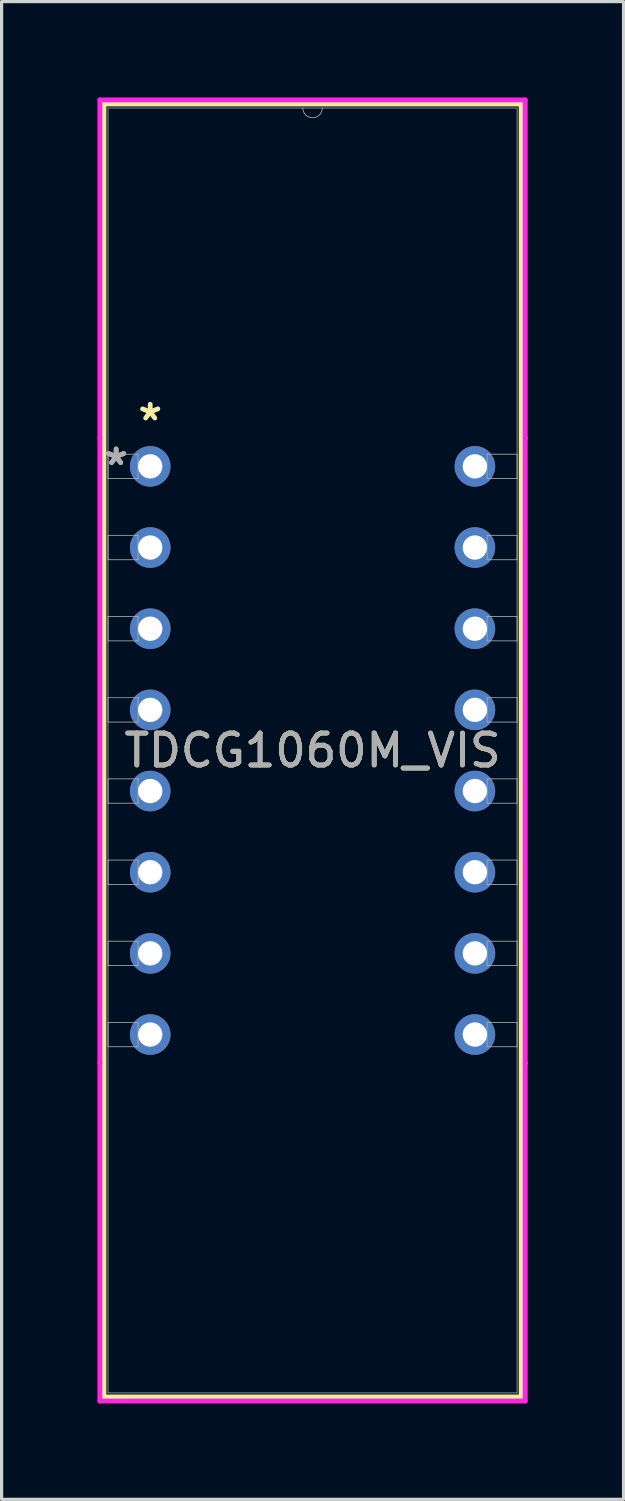
<source format=kicad_pcb>
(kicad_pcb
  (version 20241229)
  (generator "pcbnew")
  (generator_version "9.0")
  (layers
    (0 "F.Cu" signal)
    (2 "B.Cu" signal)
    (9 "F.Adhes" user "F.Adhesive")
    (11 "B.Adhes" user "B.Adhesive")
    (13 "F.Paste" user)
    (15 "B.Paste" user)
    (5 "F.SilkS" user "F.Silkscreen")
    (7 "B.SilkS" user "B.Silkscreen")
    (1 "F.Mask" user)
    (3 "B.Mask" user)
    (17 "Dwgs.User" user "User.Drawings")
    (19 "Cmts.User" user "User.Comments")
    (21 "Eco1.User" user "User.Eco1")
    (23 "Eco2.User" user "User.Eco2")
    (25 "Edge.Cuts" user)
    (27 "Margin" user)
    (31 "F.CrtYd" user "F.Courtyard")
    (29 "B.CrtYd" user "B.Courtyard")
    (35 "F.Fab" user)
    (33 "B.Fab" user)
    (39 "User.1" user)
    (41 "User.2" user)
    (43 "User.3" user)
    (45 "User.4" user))
  (footprint "TDCG1060M_VIS"
    (layer "F.Cu")
    (at 1.651 11.544)
    (property "Reference" "TDCG1060M_VIS" (at 5.08 8.89 0) (unlocked yes) (layer "F.SilkS") (effects (font (size 1 1) (thickness 0.15))))
    (attr through_hole)
    (fp_line (start -1.448 -11.341) (end -1.448 29.121) (stroke (width 0.152) (type solid)) (layer "F.SilkS"))
    (fp_line (start -1.448 29.121) (end 11.608 29.121) (stroke (width 0.152) (type solid)) (layer "F.SilkS"))
    (fp_line (start 11.608 -11.341) (end -1.448 -11.341) (stroke (width 0.152) (type solid)) (layer "F.SilkS"))
    (fp_line (start 11.608 29.121) (end 11.608 -11.341) (stroke (width 0.152) (type solid)) (layer "F.SilkS"))
    (fp_line (start -1.575 -11.468) (end 11.735 -11.468) (stroke (width 0.152) (type solid)) (layer "F.CrtYd"))
    (fp_line (start -1.575 -0.889) (end -1.575 -11.468) (stroke (width 0.152) (type solid)) (layer "F.CrtYd"))
    (fp_line (start -1.575 -0.889) (end -1.575 -0.889) (stroke (width 0.152) (type solid)) (layer "F.CrtYd"))
    (fp_line (start -1.575 18.669) (end -1.575 -0.889) (stroke (width 0.152) (type solid)) (layer "F.CrtYd"))
    (fp_line (start -1.575 18.669) (end -1.575 18.669) (stroke (width 0.152) (type solid)) (layer "F.CrtYd"))
    (fp_line (start -1.575 29.248) (end -1.575 18.669) (stroke (width 0.152) (type solid)) (layer "F.CrtYd"))
    (fp_line (start 11.735 -11.468) (end 11.735 -0.889) (stroke (width 0.152) (type solid)) (layer "F.CrtYd"))
    (fp_line (start 11.735 -0.889) (end 11.735 -0.889) (stroke (width 0.152) (type solid)) (layer "F.CrtYd"))
    (fp_line (start 11.735 -0.889) (end 11.735 18.669) (stroke (width 0.152) (type solid)) (layer "F.CrtYd"))
    (fp_line (start 11.735 18.669) (end 11.735 18.669) (stroke (width 0.152) (type solid)) (layer "F.CrtYd"))
    (fp_line (start 11.735 18.669) (end 11.735 29.248) (stroke (width 0.152) (type solid)) (layer "F.CrtYd"))
    (fp_line (start 11.735 29.248) (end -1.575 29.248) (stroke (width 0.152) (type solid)) (layer "F.CrtYd"))
    (fp_line (start -1.321 -11.214) (end -1.321 28.994) (stroke (width 0.025) (type solid)) (layer "F.Fab"))
    (fp_line (start -1.321 -0.381) (end -0.381 -0.381) (stroke (width 0.025) (type solid)) (layer "F.Fab"))
    (fp_line (start -1.321 0.381) (end -1.321 -0.381) (stroke (width 0.025) (type solid)) (layer "F.Fab"))
    (fp_line (start -1.321 2.159) (end -0.381 2.159) (stroke (width 0.025) (type solid)) (layer "F.Fab"))
    (fp_line (start -1.321 2.921) (end -1.321 2.159) (stroke (width 0.025) (type solid)) (layer "F.Fab"))
    (fp_line (start -1.321 4.699) (end -0.381 4.699) (stroke (width 0.025) (type solid)) (layer "F.Fab"))
    (fp_line (start -1.321 5.461) (end -1.321 4.699) (stroke (width 0.025) (type solid)) (layer "F.Fab"))
    (fp_line (start -1.321 7.239) (end -0.381 7.239) (stroke (width 0.025) (type solid)) (layer "F.Fab"))
    (fp_line (start -1.321 8.001) (end -1.321 7.239) (stroke (width 0.025) (type solid)) (layer "F.Fab"))
    (fp_line (start -1.321 9.779) (end -0.381 9.779) (stroke (width 0.025) (type solid)) (layer "F.Fab"))
    (fp_line (start -1.321 10.541) (end -1.321 9.779) (stroke (width 0.025) (type solid)) (layer "F.Fab"))
    (fp_line (start -1.321 12.319) (end -0.381 12.319) (stroke (width 0.025) (type solid)) (layer "F.Fab"))
    (fp_line (start -1.321 13.081) (end -1.321 12.319) (stroke (width 0.025) (type solid)) (layer "F.Fab"))
    (fp_line (start -1.321 14.859) (end -0.381 14.859) (stroke (width 0.025) (type solid)) (layer "F.Fab"))
    (fp_line (start -1.321 15.621) (end -1.321 14.859) (stroke (width 0.025) (type solid)) (layer "F.Fab"))
    (fp_line (start -1.321 17.399) (end -0.381 17.399) (stroke (width 0.025) (type solid)) (layer "F.Fab"))
    (fp_line (start -1.321 18.161) (end -1.321 17.399) (stroke (width 0.025) (type solid)) (layer "F.Fab"))
    (fp_line (start -1.321 28.994) (end 11.481 28.994) (stroke (width 0.025) (type solid)) (layer "F.Fab"))
    (fp_line (start -0.381 -0.381) (end -0.381 0.381) (stroke (width 0.025) (type solid)) (layer "F.Fab"))
    (fp_line (start -0.381 0.381) (end -1.321 0.381) (stroke (width 0.025) (type solid)) (layer "F.Fab"))
    (fp_line (start -0.381 2.159) (end -0.381 2.921) (stroke (width 0.025) (type solid)) (layer "F.Fab"))
    (fp_line (start -0.381 2.921) (end -1.321 2.921) (stroke (width 0.025) (type solid)) (layer "F.Fab"))
    (fp_line (start -0.381 4.699) (end -0.381 5.461) (stroke (width 0.025) (type solid)) (layer "F.Fab"))
    (fp_line (start -0.381 5.461) (end -1.321 5.461) (stroke (width 0.025) (type solid)) (layer "F.Fab"))
    (fp_line (start -0.381 7.239) (end -0.381 8.001) (stroke (width 0.025) (type solid)) (layer "F.Fab"))
    (fp_line (start -0.381 8.001) (end -1.321 8.001) (stroke (width 0.025) (type solid)) (layer "F.Fab"))
    (fp_line (start -0.381 9.779) (end -0.381 10.541) (stroke (width 0.025) (type solid)) (layer "F.Fab"))
    (fp_line (start -0.381 10.541) (end -1.321 10.541) (stroke (width 0.025) (type solid)) (layer "F.Fab"))
    (fp_line (start -0.381 12.319) (end -0.381 13.081) (stroke (width 0.025) (type solid)) (layer "F.Fab"))
    (fp_line (start -0.381 13.081) (end -1.321 13.081) (stroke (width 0.025) (type solid)) (layer "F.Fab"))
    (fp_line (start -0.381 14.859) (end -0.381 15.621) (stroke (width 0.025) (type solid)) (layer "F.Fab"))
    (fp_line (start -0.381 15.621) (end -1.321 15.621) (stroke (width 0.025) (type solid)) (layer "F.Fab"))
    (fp_line (start -0.381 17.399) (end -0.381 18.161) (stroke (width 0.025) (type solid)) (layer "F.Fab"))
    (fp_line (start -0.381 18.161) (end -1.321 18.161) (stroke (width 0.025) (type solid)) (layer "F.Fab"))
    (fp_line (start 10.541 -0.381) (end 11.481 -0.381) (stroke (width 0.025) (type solid)) (layer "F.Fab"))
    (fp_line (start 10.541 0.381) (end 10.541 -0.381) (stroke (width 0.025) (type solid)) (layer "F.Fab"))
    (fp_line (start 10.541 2.159) (end 11.481 2.159) (stroke (width 0.025) (type solid)) (layer "F.Fab"))
    (fp_line (start 10.541 2.921) (end 10.541 2.159) (stroke (width 0.025) (type solid)) (layer "F.Fab"))
    (fp_line (start 10.541 4.699) (end 11.481 4.699) (stroke (width 0.025) (type solid)) (layer "F.Fab"))
    (fp_line (start 10.541 5.461) (end 10.541 4.699) (stroke (width 0.025) (type solid)) (layer "F.Fab"))
    (fp_line (start 10.541 7.239) (end 11.481 7.239) (stroke (width 0.025) (type solid)) (layer "F.Fab"))
    (fp_line (start 10.541 8.001) (end 10.541 7.239) (stroke (width 0.025) (type solid)) (layer "F.Fab"))
    (fp_line (start 10.541 9.779) (end 11.481 9.779) (stroke (width 0.025) (type solid)) (layer "F.Fab"))
    (fp_line (start 10.541 10.541) (end 10.541 9.779) (stroke (width 0.025) (type solid)) (layer "F.Fab"))
    (fp_line (start 10.541 12.319) (end 11.481 12.319) (stroke (width 0.025) (type solid)) (layer "F.Fab"))
    (fp_line (start 10.541 13.081) (end 10.541 12.319) (stroke (width 0.025) (type solid)) (layer "F.Fab"))
    (fp_line (start 10.541 14.859) (end 11.481 14.859) (stroke (width 0.025) (type solid)) (layer "F.Fab"))
    (fp_line (start 10.541 15.621) (end 10.541 14.859) (stroke (width 0.025) (type solid)) (layer "F.Fab"))
    (fp_line (start 10.541 17.399) (end 11.481 17.399) (stroke (width 0.025) (type solid)) (layer "F.Fab"))
    (fp_line (start 10.541 18.161) (end 10.541 17.399) (stroke (width 0.025) (type solid)) (layer "F.Fab"))
    (fp_line (start 11.481 -11.214) (end -1.321 -11.214) (stroke (width 0.025) (type solid)) (layer "F.Fab"))
    (fp_line (start 11.481 -0.381) (end 11.481 0.381) (stroke (width 0.025) (type solid)) (layer "F.Fab"))
    (fp_line (start 11.481 0.381) (end 10.541 0.381) (stroke (width 0.025) (type solid)) (layer "F.Fab"))
    (fp_line (start 11.481 2.159) (end 11.481 2.921) (stroke (width 0.025) (type solid)) (layer "F.Fab"))
    (fp_line (start 11.481 2.921) (end 10.541 2.921) (stroke (width 0.025) (type solid)) (layer "F.Fab"))
    (fp_line (start 11.481 4.699) (end 11.481 5.461) (stroke (width 0.025) (type solid)) (layer "F.Fab"))
    (fp_line (start 11.481 5.461) (end 10.541 5.461) (stroke (width 0.025) (type solid)) (layer "F.Fab"))
    (fp_line (start 11.481 7.239) (end 11.481 8.001) (stroke (width 0.025) (type solid)) (layer "F.Fab"))
    (fp_line (start 11.481 8.001) (end 10.541 8.001) (stroke (width 0.025) (type solid)) (layer "F.Fab"))
    (fp_line (start 11.481 9.779) (end 11.481 10.541) (stroke (width 0.025) (type solid)) (layer "F.Fab"))
    (fp_line (start 11.481 10.541) (end 10.541 10.541) (stroke (width 0.025) (type solid)) (layer "F.Fab"))
    (fp_line (start 11.481 12.319) (end 11.481 13.081) (stroke (width 0.025) (type solid)) (layer "F.Fab"))
    (fp_line (start 11.481 13.081) (end 10.541 13.081) (stroke (width 0.025) (type solid)) (layer "F.Fab"))
    (fp_line (start 11.481 14.859) (end 11.481 15.621) (stroke (width 0.025) (type solid)) (layer "F.Fab"))
    (fp_line (start 11.481 15.621) (end 10.541 15.621) (stroke (width 0.025) (type solid)) (layer "F.Fab"))
    (fp_line (start 11.481 17.399) (end 11.481 18.161) (stroke (width 0.025) (type solid)) (layer "F.Fab"))
    (fp_line (start 11.481 18.161) (end 10.541 18.161) (stroke (width 0.025) (type solid)) (layer "F.Fab"))
    (fp_line (start 11.481 28.994) (end 11.481 -11.214) (stroke (width 0.025) (type solid)) (layer "F.Fab"))
    (fp_arc (start 5.3848 -11.2141) (mid 5.08 -10.9093) (end 4.7752 -11.2141) (stroke (width 0.0254) (type solid)) (layer "F.Fab"))
    (fp_text user "*" (at 0 -1.397 0) (layer "F.SilkS") (effects (font (size 1 1) (thickness 0.15))))
    (fp_text user "${REFERENCE}" (at 5.08 8.89 0) (unlocked yes) (layer "F.Fab") (effects (font (size 1 1) (thickness 0.15))))
    (fp_text user "*" (at -1.067 0 0) (unlocked yes) (layer "F.Fab") (effects (font (size 1 1) (thickness 0.15))))
    (fp_text user "*" (at -1.067 0 0) (layer "F.Fab") (effects (font (size 1 1) (thickness 0.15))))
    (pad "1" thru_hole circle (at 0 0) (size 1.27 1.27) (drill 0.762) (layers "*.Cu" "*.Mask"))
    (pad "2" thru_hole circle (at 0 2.54) (size 1.27 1.27) (drill 0.762) (layers "*.Cu" "*.Mask"))
    (pad "3" thru_hole circle (at 0 5.08) (size 1.27 1.27) (drill 0.762) (layers "*.Cu" "*.Mask"))
    (pad "4" thru_hole circle (at 0 7.62) (size 1.27 1.27) (drill 0.762) (layers "*.Cu" "*.Mask"))
    (pad "5" thru_hole circle (at 0 10.16) (size 1.27 1.27) (drill 0.762) (layers "*.Cu" "*.Mask"))
    (pad "6" thru_hole circle (at 0 12.7) (size 1.27 1.27) (drill 0.762) (layers "*.Cu" "*.Mask"))
    (pad "7" thru_hole circle (at 0 15.24) (size 1.27 1.27) (drill 0.762) (layers "*.Cu" "*.Mask"))
    (pad "8" thru_hole circle (at 0 17.78) (size 1.27 1.27) (drill 0.762) (layers "*.Cu" "*.Mask"))
    (pad "9" thru_hole circle (at 10.16 17.78) (size 1.27 1.27) (drill 0.762) (layers "*.Cu" "*.Mask"))
    (pad "10" thru_hole circle (at 10.16 15.24) (size 1.27 1.27) (drill 0.762) (layers "*.Cu" "*.Mask"))
    (pad "11" thru_hole circle (at 10.16 12.7) (size 1.27 1.27) (drill 0.762) (layers "*.Cu" "*.Mask"))
    (pad "12" thru_hole circle (at 10.16 10.16) (size 1.27 1.27) (drill 0.762) (layers "*.Cu" "*.Mask"))
    (pad "13" thru_hole circle (at 10.16 7.62) (size 1.27 1.27) (drill 0.762) (layers "*.Cu" "*.Mask"))
    (pad "14" thru_hole circle (at 10.16 5.08) (size 1.27 1.27) (drill 0.762) (layers "*.Cu" "*.Mask"))
    (pad "15" thru_hole circle (at 10.16 2.54) (size 1.27 1.27) (drill 0.762) (layers "*.Cu" "*.Mask"))
    (pad "16" thru_hole circle (at 10.16 0) (size 1.27 1.27) (drill 0.762) (layers "*.Cu" "*.Mask")))
  (gr_rect
    (start -3 -3)
    (end 16.462 43.869)
    (stroke (width 0.1) (type default))
    (fill no)
    (layer "Edge.Cuts")))
</source>
